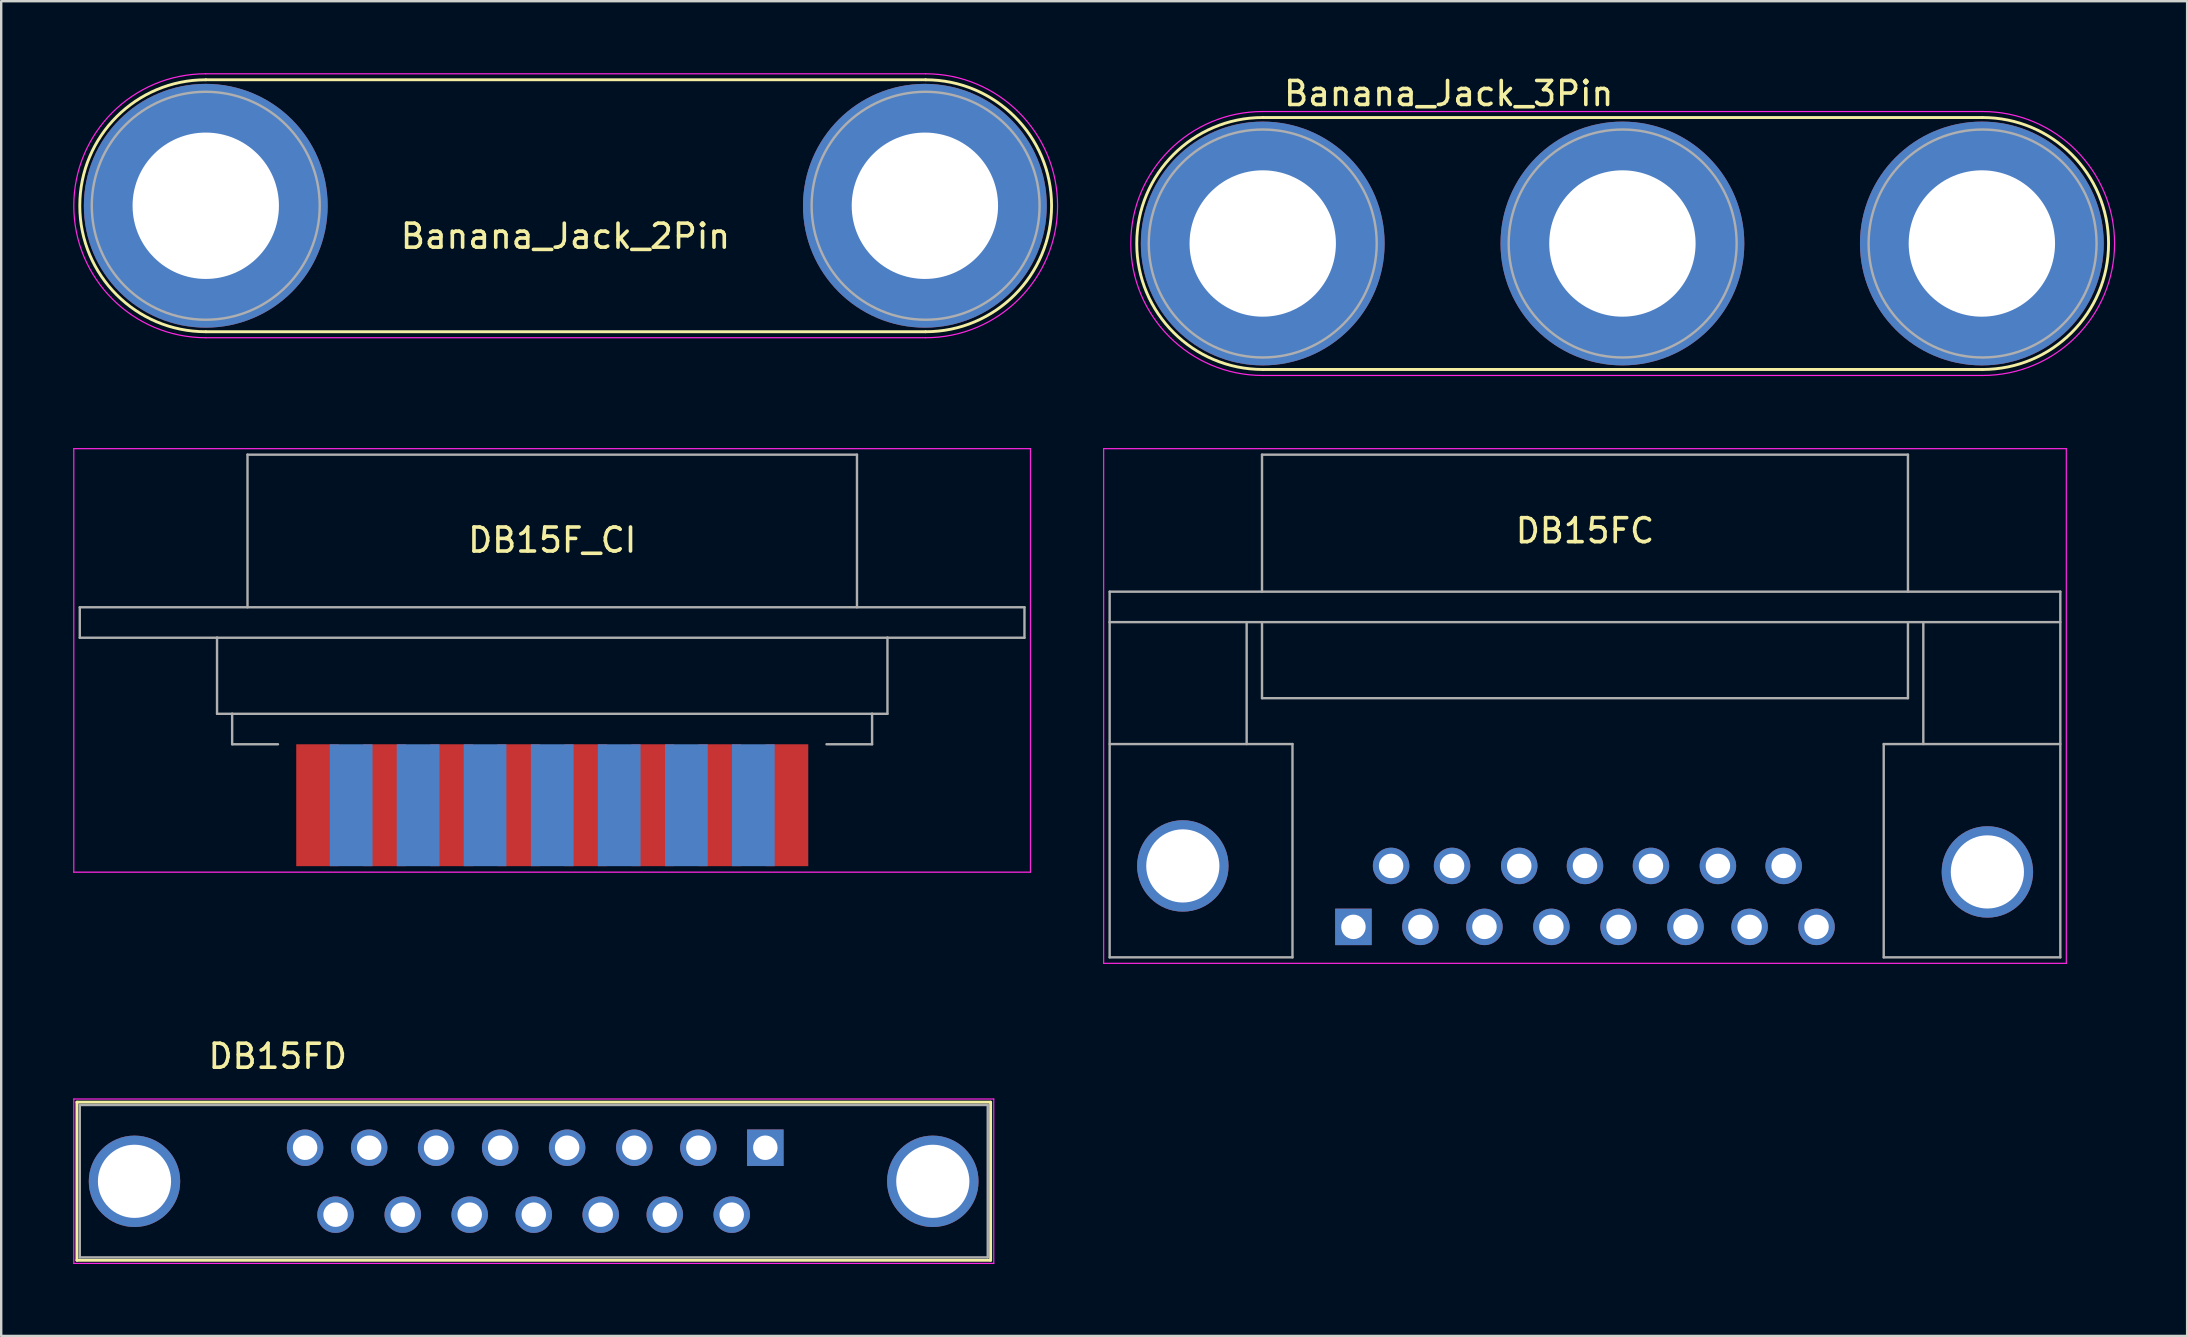
<source format=kicad_pcb>
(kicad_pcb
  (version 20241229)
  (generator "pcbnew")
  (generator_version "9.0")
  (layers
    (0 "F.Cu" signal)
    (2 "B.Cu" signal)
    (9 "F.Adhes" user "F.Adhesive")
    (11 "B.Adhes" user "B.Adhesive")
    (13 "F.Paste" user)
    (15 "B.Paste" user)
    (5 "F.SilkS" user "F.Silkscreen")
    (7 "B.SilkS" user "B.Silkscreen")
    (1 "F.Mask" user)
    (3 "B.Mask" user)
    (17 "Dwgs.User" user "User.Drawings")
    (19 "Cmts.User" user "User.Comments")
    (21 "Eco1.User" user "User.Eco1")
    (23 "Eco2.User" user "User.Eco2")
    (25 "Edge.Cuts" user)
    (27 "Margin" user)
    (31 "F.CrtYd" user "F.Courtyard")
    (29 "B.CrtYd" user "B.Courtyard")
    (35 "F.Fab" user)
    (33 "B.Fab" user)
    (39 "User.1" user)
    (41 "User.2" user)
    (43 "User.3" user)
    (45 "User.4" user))
  (footprint "Banana_Jack_2Pin"
    (layer "F.Cu")
    (at 5.525 5.525)
    (property "Reference" "Banana_Jack_2Pin" (at 14.99 1.27 0) (layer "F.SilkS") (effects (font (size 1 1) (thickness 0.15))))
    (attr through_hole)
    (fp_line (start 0 5.25) (end 30 5.25) (stroke (width 0.12) (type solid)) (layer "F.SilkS"))
    (fp_line (start 30 -5.25) (end 0 -5.25) (stroke (width 0.12) (type solid)) (layer "F.SilkS"))
    (fp_arc (start 0 5.25) (mid -5.25 0) (end 0 -5.25) (stroke (width 0.12) (type solid)) (layer "F.SilkS"))
    (fp_arc (start 30 -5.25) (mid 35.25 0) (end 30 5.25) (stroke (width 0.12) (type solid)) (layer "F.SilkS"))
    (fp_line (start 0 5.5) (end 30 5.5) (stroke (width 0.05) (type solid)) (layer "F.CrtYd"))
    (fp_line (start 30 -5.5) (end 0 -5.5) (stroke (width 0.05) (type solid)) (layer "F.CrtYd"))
    (fp_arc (start 0 5.5) (mid -5.5 0) (end 0 -5.5) (stroke (width 0.05) (type solid)) (layer "F.CrtYd"))
    (fp_arc (start 30 -5.5) (mid 35.5 0) (end 30 5.5) (stroke (width 0.05) (type solid)) (layer "F.CrtYd"))
    (fp_circle (center 0 0) (end 2 0) (stroke (width 0.1) (type solid)) (fill no) (layer "F.Fab"))
    (fp_circle (center 0 0) (end 4.75 0) (stroke (width 0.1) (type solid)) (fill no) (layer "F.Fab"))
    (fp_circle (center 30 0) (end 32 0) (stroke (width 0.1) (type solid)) (fill no) (layer "F.Fab"))
    (fp_circle (center 30 0) (end 34.75 0) (stroke (width 0.1) (type solid)) (fill no) (layer "F.Fab"))
    (pad "1" thru_hole circle (at 0 0) (size 10.16 10.16) (drill 6.1) (layers "*.Cu" "*.Mask"))
    (pad "2" thru_hole circle (at 29.97 0) (size 10.16 10.16) (drill 6.1) (layers "*.Cu" "*.Mask")))
  (footprint "DB15FC"
    (layer "F.Cu")
    (at 53.355 35.578)
    (property "Reference" "DB15FC" (at 9.65 -16.51 0) (layer "F.SilkS") (effects (font (size 1 1) (thickness 0.15))))
    (attr through_hole)
    (fp_line (start -10.41 -19.93) (end -10.41 1.52) (stroke (width 0.05) (type solid)) (layer "F.CrtYd"))
    (fp_line (start -10.41 -19.93) (end 29.71 -19.93) (stroke (width 0.05) (type solid)) (layer "F.CrtYd"))
    (fp_line (start 29.71 1.52) (end -10.41 1.52) (stroke (width 0.05) (type solid)) (layer "F.CrtYd"))
    (fp_line (start 29.71 1.52) (end 29.71 -19.93) (stroke (width 0.05) (type solid)) (layer "F.CrtYd"))
    (fp_line (start -10.16 -13.97) (end -10.16 -12.7) (stroke (width 0.1) (type solid)) (layer "F.Fab"))
    (fp_line (start -10.16 -7.62) (end -2.54 -7.62) (stroke (width 0.1) (type solid)) (layer "F.Fab"))
    (fp_line (start -10.16 1.27) (end -10.16 -12.7) (stroke (width 0.1) (type solid)) (layer "F.Fab"))
    (fp_line (start -10.16 1.27) (end -2.54 1.27) (stroke (width 0.1) (type solid)) (layer "F.Fab"))
    (fp_line (start -4.45 -12.7) (end -4.45 -7.62) (stroke (width 0.1) (type solid)) (layer "F.Fab"))
    (fp_line (start -3.81 -19.68) (end -3.81 -13.97) (stroke (width 0.1) (type solid)) (layer "F.Fab"))
    (fp_line (start -3.81 -19.68) (end 23.11 -19.68) (stroke (width 0.1) (type solid)) (layer "F.Fab"))
    (fp_line (start -3.81 -9.53) (end -3.81 -12.7) (stroke (width 0.1) (type solid)) (layer "F.Fab"))
    (fp_line (start -2.54 -7.62) (end -2.54 1.27) (stroke (width 0.1) (type solid)) (layer "F.Fab"))
    (fp_line (start 22.1 -7.62) (end 29.46 -7.62) (stroke (width 0.1) (type solid)) (layer "F.Fab"))
    (fp_line (start 22.1 1.27) (end 22.1 -7.62) (stroke (width 0.1) (type solid)) (layer "F.Fab"))
    (fp_line (start 23.11 -13.97) (end 23.11 -19.68) (stroke (width 0.1) (type solid)) (layer "F.Fab"))
    (fp_line (start 23.11 -9.53) (end -3.81 -9.53) (stroke (width 0.1) (type solid)) (layer "F.Fab"))
    (fp_line (start 23.11 -9.53) (end 23.11 -12.7) (stroke (width 0.1) (type solid)) (layer "F.Fab"))
    (fp_line (start 23.75 -7.62) (end 23.75 -12.7) (stroke (width 0.1) (type solid)) (layer "F.Fab"))
    (fp_line (start 29.46 -13.97) (end -10.16 -13.97) (stroke (width 0.1) (type solid)) (layer "F.Fab"))
    (fp_line (start 29.46 -12.7) (end -10.16 -12.7) (stroke (width 0.1) (type solid)) (layer "F.Fab"))
    (fp_line (start 29.46 1.27) (end 22.1 1.27) (stroke (width 0.1) (type solid)) (layer "F.Fab"))
    (fp_line (start 29.46 1.27) (end 29.46 -13.97) (stroke (width 0.1) (type solid)) (layer "F.Fab"))
    (pad "" thru_hole circle (at -7.11 -2.54) (size 3.81 3.81) (drill 3.05) (layers "*.Cu" "*.Mask"))
    (pad "" thru_hole circle (at 26.42 -2.29) (size 3.81 3.81) (drill 3.05) (layers "*.Cu" "*.Mask"))
    (pad "1" thru_hole rect (at 0 0) (size 1.52 1.52) (drill 1.02) (layers "*.Cu" "*.Mask"))
    (pad "2" thru_hole circle (at 2.79 0) (size 1.52 1.52) (drill 1.02) (layers "*.Cu" "*.Mask"))
    (pad "3" thru_hole circle (at 5.46 0) (size 1.52 1.52) (drill 1.02) (layers "*.Cu" "*.Mask"))
    (pad "4" thru_hole circle (at 8.25 0) (size 1.52 1.52) (drill 1.02) (layers "*.Cu" "*.Mask"))
    (pad "5" thru_hole circle (at 11.05 0) (size 1.52 1.52) (drill 1.02) (layers "*.Cu" "*.Mask"))
    (pad "6" thru_hole circle (at 13.84 0) (size 1.52 1.52) (drill 1.02) (layers "*.Cu" "*.Mask"))
    (pad "7" thru_hole circle (at 16.51 0) (size 1.52 1.52) (drill 1.02) (layers "*.Cu" "*.Mask"))
    (pad "8" thru_hole circle (at 19.3 0) (size 1.52 1.52) (drill 1.02) (layers "*.Cu" "*.Mask"))
    (pad "9" thru_hole circle (at 1.57 -2.54) (size 1.52 1.52) (drill 1.02) (layers "*.Cu" "*.Mask"))
    (pad "10" thru_hole circle (at 4.11 -2.54) (size 1.52 1.52) (drill 1.02) (layers "*.Cu" "*.Mask"))
    (pad "11" thru_hole circle (at 6.91 -2.54) (size 1.52 1.52) (drill 1.02) (layers "*.Cu" "*.Mask"))
    (pad "12" thru_hole circle (at 9.65 -2.54) (size 1.52 1.52) (drill 1.02) (layers "*.Cu" "*.Mask"))
    (pad "13" thru_hole circle (at 12.4 -2.54) (size 1.52 1.52) (drill 1.02) (layers "*.Cu" "*.Mask"))
    (pad "14" thru_hole circle (at 15.19 -2.54) (size 1.52 1.52) (drill 1.02) (layers "*.Cu" "*.Mask"))
    (pad "15" thru_hole circle (at 17.93 -2.54) (size 1.52 1.52) (drill 1.02) (layers "*.Cu" "*.Mask")))
  (footprint "Banana_Jack_3Pin"
    (layer "F.Cu")
    (at 49.575 7.098)
    (property "Reference" "Banana_Jack_3Pin" (at 7.75 -6.25 0) (layer "F.SilkS") (effects (font (size 1 1) (thickness 0.15))))
    (attr through_hole)
    (fp_line (start 0 5.25) (end 30 5.25) (stroke (width 0.12) (type solid)) (layer "F.SilkS"))
    (fp_line (start 30 -5.25) (end 0 -5.25) (stroke (width 0.12) (type solid)) (layer "F.SilkS"))
    (fp_arc (start 0 5.25) (mid -5.25 0) (end 0 -5.25) (stroke (width 0.12) (type solid)) (layer "F.SilkS"))
    (fp_arc (start 30 -5.25) (mid 35.25 0) (end 30 5.25) (stroke (width 0.12) (type solid)) (layer "F.SilkS"))
    (fp_line (start 0 -5.5) (end 30 -5.5) (stroke (width 0.05) (type solid)) (layer "F.CrtYd"))
    (fp_line (start 30 5.5) (end 0 5.5) (stroke (width 0.05) (type solid)) (layer "F.CrtYd"))
    (fp_arc (start 0 5.5) (mid -5.5 0) (end 0 -5.5) (stroke (width 0.05) (type solid)) (layer "F.CrtYd"))
    (fp_arc (start 30 -5.5) (mid 35.5 0) (end 30 5.5) (stroke (width 0.05) (type solid)) (layer "F.CrtYd"))
    (fp_circle (center 0 0) (end 2 0) (stroke (width 0.1) (type solid)) (fill no) (layer "F.Fab"))
    (fp_circle (center 0 0) (end 4.75 0) (stroke (width 0.1) (type solid)) (fill no) (layer "F.Fab"))
    (fp_circle (center 15 0) (end 17 0) (stroke (width 0.1) (type solid)) (fill no) (layer "F.Fab"))
    (fp_circle (center 15 0) (end 19.75 0) (stroke (width 0.1) (type solid)) (fill no) (layer "F.Fab"))
    (fp_circle (center 30 0) (end 30 -4.75) (stroke (width 0.1) (type solid)) (fill no) (layer "F.Fab"))
    (fp_circle (center 30 0) (end 30 -2) (stroke (width 0.1) (type solid)) (fill no) (layer "F.Fab"))
    (pad "1" thru_hole circle (at 0 0) (size 10.16 10.16) (drill 6.1) (layers "*.Cu" "*.Mask"))
    (pad "2" thru_hole circle (at 14.99 0) (size 10.16 10.16) (drill 6.1) (layers "*.Cu" "*.Mask"))
    (pad "3" thru_hole circle (at 29.97 0) (size 10.16 10.16) (drill 6.1) (layers "*.Cu" "*.Mask")))
  (footprint "DB15F_CI"
    (layer "F.Cu")
    (at 10.185 30.508)
    (property "Reference" "DB15F_CI" (at 9.78 -11.05 0) (layer "F.SilkS") (effects (font (size 1 1) (thickness 0.15))))
    (attr through_hole)
    (fp_line (start -10.16 -14.86) (end -10.16 2.79) (stroke (width 0.05) (type solid)) (layer "F.CrtYd"))
    (fp_line (start -10.16 -14.86) (end 29.71 -14.86) (stroke (width 0.05) (type solid)) (layer "F.CrtYd"))
    (fp_line (start 29.71 2.79) (end -10.16 2.79) (stroke (width 0.05) (type solid)) (layer "F.CrtYd"))
    (fp_line (start 29.71 2.79) (end 29.71 -14.86) (stroke (width 0.05) (type solid)) (layer "F.CrtYd"))
    (fp_line (start -9.91 -8.25) (end 29.46 -8.25) (stroke (width 0.1) (type solid)) (layer "F.Fab"))
    (fp_line (start -9.91 -6.98) (end -9.91 -8.25) (stroke (width 0.1) (type solid)) (layer "F.Fab"))
    (fp_line (start -4.19 -6.98) (end -9.91 -6.98) (stroke (width 0.1) (type solid)) (layer "F.Fab"))
    (fp_line (start -4.19 -6.98) (end 23.75 -6.98) (stroke (width 0.1) (type solid)) (layer "F.Fab"))
    (fp_line (start -4.19 -3.81) (end -4.19 -6.98) (stroke (width 0.1) (type solid)) (layer "F.Fab"))
    (fp_line (start -3.56 -3.81) (end -4.19 -3.81) (stroke (width 0.1) (type solid)) (layer "F.Fab"))
    (fp_line (start -3.56 -3.81) (end 23.11 -3.81) (stroke (width 0.1) (type solid)) (layer "F.Fab"))
    (fp_line (start -3.56 -2.54) (end -3.56 -3.81) (stroke (width 0.1) (type solid)) (layer "F.Fab"))
    (fp_line (start -2.92 -14.61) (end 22.48 -14.61) (stroke (width 0.1) (type solid)) (layer "F.Fab"))
    (fp_line (start -2.92 -8.25) (end -2.92 -14.61) (stroke (width 0.1) (type solid)) (layer "F.Fab"))
    (fp_line (start -1.65 -2.54) (end -3.56 -2.54) (stroke (width 0.1) (type solid)) (layer "F.Fab"))
    (fp_line (start 22.48 -14.61) (end 22.48 -8.25) (stroke (width 0.1) (type solid)) (layer "F.Fab"))
    (fp_line (start 23.11 -3.81) (end 23.11 -2.54) (stroke (width 0.1) (type solid)) (layer "F.Fab"))
    (fp_line (start 23.11 -2.54) (end 21.21 -2.54) (stroke (width 0.1) (type solid)) (layer "F.Fab"))
    (fp_line (start 23.75 -6.98) (end 23.75 -3.81) (stroke (width 0.1) (type solid)) (layer "F.Fab"))
    (fp_line (start 23.75 -3.81) (end 23.11 -3.81) (stroke (width 0.1) (type solid)) (layer "F.Fab"))
    (fp_line (start 29.46 -8.25) (end 29.46 -6.98) (stroke (width 0.1) (type solid)) (layer "F.Fab"))
    (fp_line (start 29.46 -6.98) (end 23.75 -6.98) (stroke (width 0.1) (type solid)) (layer "F.Fab"))
    (pad "1" connect rect (at 0 0) (size 1.78 5.08) (layers "F.Cu" "F.Mask"))
    (pad "2" connect rect (at 2.79 0) (size 1.78 5.08) (layers "F.Cu" "F.Mask"))
    (pad "3" connect rect (at 5.59 0) (size 1.78 5.08) (layers "F.Cu" "F.Mask"))
    (pad "4" connect rect (at 8.38 0) (size 1.78 5.08) (layers "F.Cu" "F.Mask"))
    (pad "5" connect rect (at 11.18 0) (size 1.78 5.08) (layers "F.Cu" "F.Mask"))
    (pad "6" connect rect (at 13.97 0) (size 1.78 5.08) (layers "F.Cu" "F.Mask"))
    (pad "7" connect rect (at 16.76 0) (size 1.78 5.08) (layers "F.Cu" "F.Mask"))
    (pad "8" connect rect (at 19.56 0) (size 1.78 5.08) (layers "F.Cu" "F.Mask"))
    (pad "9" connect rect (at 1.4 0) (size 1.78 5.08) (layers "B.Cu" "B.Mask"))
    (pad "10" connect rect (at 4.19 0) (size 1.78 5.08) (layers "B.Cu" "B.Mask"))
    (pad "11" connect rect (at 6.98 0) (size 1.78 5.08) (layers "B.Cu" "B.Mask"))
    (pad "12" connect rect (at 9.78 0) (size 1.78 5.08) (layers "B.Cu" "B.Mask"))
    (pad "13" connect rect (at 12.57 0) (size 1.78 5.08) (layers "B.Cu" "B.Mask"))
    (pad "14" connect rect (at 15.37 0) (size 1.78 5.08) (layers "B.Cu" "B.Mask"))
    (pad "15" connect rect (at 18.16 0) (size 1.78 5.08) (layers "B.Cu" "B.Mask")))
  (footprint "DB15FD"
    (layer "F.Cu")
    (at 28.845 44.782)
    (property "Reference" "DB15FD" (at -20.32 -3.81 180) (layer "F.SilkS") (effects (font (size 1 1) (thickness 0.15))))
    (attr through_hole)
    (fp_line (start -28.69 -1.9) (end -28.69 4.69) (stroke (width 0.12) (type solid)) (layer "F.SilkS"))
    (fp_line (start -28.69 -1.9) (end 9.39 -1.9) (stroke (width 0.12) (type solid)) (layer "F.SilkS"))
    (fp_line (start 9.39 4.69) (end -28.69 4.69) (stroke (width 0.12) (type solid)) (layer "F.SilkS"))
    (fp_line (start 9.39 4.69) (end 9.39 -1.9) (stroke (width 0.12) (type solid)) (layer "F.SilkS"))
    (fp_line (start -28.82 -2.03) (end -28.82 4.82) (stroke (width 0.05) (type solid)) (layer "F.CrtYd"))
    (fp_line (start -28.82 -2.03) (end 9.52 -2.03) (stroke (width 0.05) (type solid)) (layer "F.CrtYd"))
    (fp_line (start 9.52 4.82) (end -28.82 4.82) (stroke (width 0.05) (type solid)) (layer "F.CrtYd"))
    (fp_line (start 9.52 4.82) (end 9.52 -2.03) (stroke (width 0.05) (type solid)) (layer "F.CrtYd"))
    (fp_line (start -28.57 -1.78) (end -28.57 4.57) (stroke (width 0.1) (type solid)) (layer "F.Fab"))
    (fp_line (start -28.57 4.57) (end 9.27 4.57) (stroke (width 0.1) (type solid)) (layer "F.Fab"))
    (fp_line (start 9.27 -1.78) (end -28.57 -1.78) (stroke (width 0.1) (type solid)) (layer "F.Fab"))
    (fp_line (start 9.27 4.57) (end 9.27 -1.78) (stroke (width 0.1) (type solid)) (layer "F.Fab"))
    (pad "0" thru_hole circle (at -26.29 1.4) (size 3.81 3.81) (drill 3.05) (layers "*.Cu" "*.Mask"))
    (pad "0" thru_hole circle (at 6.98 1.4) (size 3.81 3.81) (drill 3.05) (layers "*.Cu" "*.Mask"))
    (pad "1" thru_hole rect (at 0 0) (size 1.52 1.52) (drill 1.02) (layers "*.Cu" "*.Mask"))
    (pad "2" thru_hole circle (at -2.79 0) (size 1.52 1.52) (drill 1.02) (layers "*.Cu" "*.Mask"))
    (pad "3" thru_hole circle (at -5.46 0) (size 1.52 1.52) (drill 1.02) (layers "*.Cu" "*.Mask"))
    (pad "4" thru_hole circle (at -8.26 0) (size 1.52 1.52) (drill 1.02) (layers "*.Cu" "*.Mask"))
    (pad "5" thru_hole circle (at -11.05 0) (size 1.52 1.52) (drill 1.02) (layers "*.Cu" "*.Mask"))
    (pad "6" thru_hole circle (at -13.72 0) (size 1.52 1.52) (drill 1.02) (layers "*.Cu" "*.Mask"))
    (pad "7" thru_hole circle (at -16.51 0) (size 1.52 1.52) (drill 1.02) (layers "*.Cu" "*.Mask"))
    (pad "8" thru_hole circle (at -19.18 0) (size 1.52 1.52) (drill 1.02) (layers "*.Cu" "*.Mask"))
    (pad "9" thru_hole circle (at -1.4 2.79) (size 1.52 1.52) (drill 1.02) (layers "*.Cu" "*.Mask"))
    (pad "10" thru_hole circle (at -4.19 2.79) (size 1.52 1.52) (drill 1.02) (layers "*.Cu" "*.Mask"))
    (pad "11" thru_hole circle (at -6.86 2.79) (size 1.52 1.52) (drill 1.02) (layers "*.Cu" "*.Mask"))
    (pad "12" thru_hole circle (at -9.65 2.79) (size 1.52 1.52) (drill 1.02) (layers "*.Cu" "*.Mask"))
    (pad "13" thru_hole circle (at -12.32 2.79) (size 1.52 1.52) (drill 1.02) (layers "*.Cu" "*.Mask"))
    (pad "14" thru_hole circle (at -15.11 2.79) (size 1.52 1.52) (drill 1.02) (layers "*.Cu" "*.Mask"))
    (pad "15" thru_hole circle (at -17.91 2.79) (size 1.52 1.52) (drill 1.02) (layers "*.Cu" "*.Mask")))
  (gr_rect
    (start -3 -3)
    (end 88.1 52.627)
    (stroke (width 0.1) (type default))
    (fill no)
    (layer "Edge.Cuts")))
</source>
